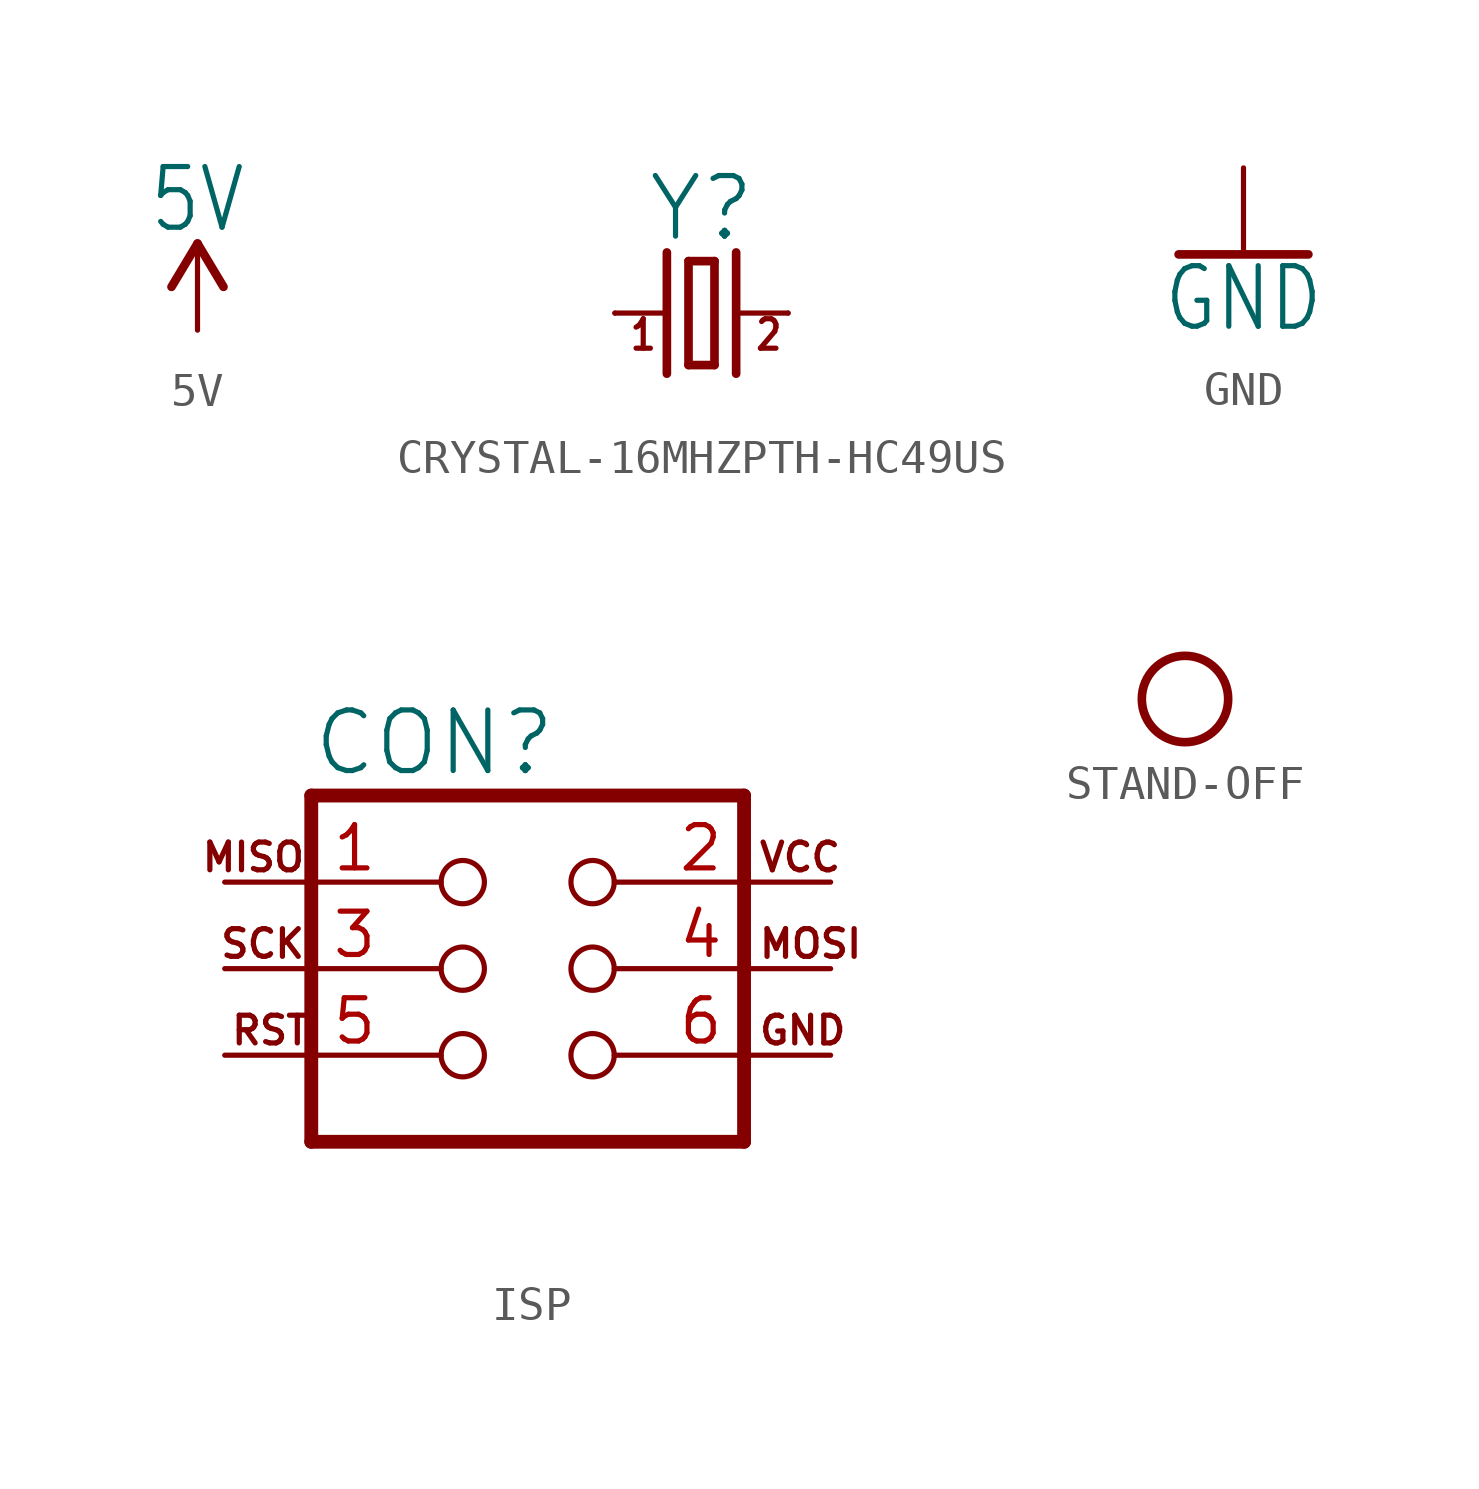
<source format=kicad_sym>
(kicad_symbol_lib
  (version 20220914)
  (generator kicad_symbol_editor)
  (symbol "5V"
    (power)
    (property "Reference" "#SUPPLY"
      (at 0 0 0)
      (effects (font (size 1.27 1.27)) hide))
    (property "Value" "5V"
      (at 0 2.794 0)
      (effects (font (size 1.778 1.511)) (justify bottom)))
    (property "ki_locked" ""
      (at 0 0 0)
      (effects (font (size 1.27 1.27))))
    (symbol "5V_1_0"
      (polyline (pts (xy 0 2.54) (xy -0.762 1.27)) (stroke (width 0.254) (type solid)) (fill (type none)))
      (polyline (pts (xy 0.762 1.27) (xy 0 2.54)) (stroke (width 0.254) (type solid)) (fill (type none)))
      (pin power_in line (at 0 0 90) (length 2.54) (name "5V" (effects (font (size 0 0)))) (number "1" (effects (font (size 0 0)))))))
  (symbol "CRYSTAL-16MHZPTH-HC49US"
    (property "Reference" "Y"
      (at 0 2.032 0)
      (effects (font (size 1.778 1.778)) (justify bottom)))
    (property "Value" ""
      (at 0 -2.032 0)
      (effects (font (size 1.778 1.778)) (justify top)))
    (property "ki_locked" ""
      (at 0 0 0)
      (effects (font (size 1.27 1.27))))
    (symbol "CRYSTAL-16MHZPTH-HC49US_1_0"
      (polyline (pts (xy -2.54 0) (xy -1.016 0)) (stroke (width 0.152) (type solid)) (fill (type none)))
      (polyline (pts (xy -1.016 1.778) (xy -1.016 -1.778)) (stroke (width 0.254) (type solid)) (fill (type none)))
      (polyline (pts (xy -0.381 -1.524) (xy 0.381 -1.524)) (stroke (width 0.254) (type solid)) (fill (type none)))
      (polyline (pts (xy -0.381 1.524) (xy -0.381 -1.524)) (stroke (width 0.254) (type solid)) (fill (type none)))
      (polyline (pts (xy 0.381 -1.524) (xy 0.381 1.524)) (stroke (width 0.254) (type solid)) (fill (type none)))
      (polyline (pts (xy 0.381 1.524) (xy -0.381 1.524)) (stroke (width 0.254) (type solid)) (fill (type none)))
      (polyline (pts (xy 1.016 0) (xy 2.54 0)) (stroke (width 0.152) (type solid)) (fill (type none)))
      (polyline (pts (xy 1.016 1.778) (xy 1.016 -1.778)) (stroke (width 0.254) (type solid)) (fill (type none)))
      (text "1" (at -2.159 -1.143 0) (effects (font (size 0.864 0.734)) (justify left bottom)))
      (text "2" (at 1.524 -1.143 0) (effects (font (size 0.864 0.734)) (justify left bottom)))
      (pin passive line (at -2.54 0 0) (length 0) (name "1" (effects (font (size 0 0)))) (number "1" (effects (font (size 0 0)))))
      (pin passive line (at 2.54 0 180) (length 0) (name "2" (effects (font (size 0 0)))) (number "2" (effects (font (size 0 0)))))))
  (symbol "GND"
    (power)
    (property "Reference" "#GND"
      (at 0 0 0)
      (effects (font (size 1.27 1.27)) hide))
    (property "Value" "GND"
      (at 0 -0.254 0)
      (effects (font (size 1.778 1.511)) (justify top)))
    (property "ki_locked" ""
      (at 0 0 0)
      (effects (font (size 1.27 1.27))))
    (symbol "GND_1_0"
      (polyline (pts (xy -1.905 0) (xy 1.905 0)) (stroke (width 0.254) (type solid)) (fill (type none)))
      (pin power_in line (at 0 2.54 270) (length 2.54) (name "GND" (effects (font (size 0 0)))) (number "1" (effects (font (size 0 0)))))))
  (symbol "ISP"
    (property "Reference" "CON"
      (at -5.08 5.588 0)
      (effects (font (size 1.778 1.778)) (justify left bottom)))
    (property "Value" ""
      (at -5.08 -7.366 0)
      (effects (font (size 1.778 1.778)) (justify left bottom)))
    (property "ki_locked" ""
      (at 0 0 0)
      (effects (font (size 1.27 1.27))))
    (symbol "ISP_1_0"
      (polyline (pts (xy -5.08 -5.08) (xy 7.62 -5.08)) (stroke (width 0.406) (type solid)) (fill (type none)))
      (polyline (pts (xy -5.08 5.08) (xy -5.08 -5.08)) (stroke (width 0.406) (type solid)) (fill (type none)))
      (polyline (pts (xy 7.62 -5.08) (xy 7.62 5.08)) (stroke (width 0.406) (type solid)) (fill (type none)))
      (polyline (pts (xy 7.62 5.08) (xy -5.08 5.08)) (stroke (width 0.406) (type solid)) (fill (type none)))
      (text "GND" (at 8.001 -2.286 0) (effects (font (size 0.813 0.813)) (justify left bottom)))
      (text "MISO" (at -5.207 2.794 0) (effects (font (size 0.813 0.813)) (justify right bottom)))
      (text "MOSI" (at 8.001 0.254 0) (effects (font (size 0.813 0.813)) (justify left bottom)))
      (text "RST" (at -5.08 -2.286 0) (effects (font (size 0.813 0.813)) (justify right bottom)))
      (text "SCK" (at -5.207 0.254 0) (effects (font (size 0.813 0.813)) (justify right bottom)))
      (text "VCC" (at 8.001 2.794 0) (effects (font (size 0.813 0.813)) (justify left bottom)))
      (pin passive inverted (at -7.62 2.54 0) (length 7.62) (name "1" (effects (font (size 0 0)))) (number "1" (effects (font (size 1.27 1.27)))))
      (pin passive inverted (at 10.16 2.54 180) (length 7.62) (name "2" (effects (font (size 0 0)))) (number "2" (effects (font (size 1.27 1.27)))))
      (pin passive inverted (at -7.62 0 0) (length 7.62) (name "3" (effects (font (size 0 0)))) (number "3" (effects (font (size 1.27 1.27)))))
      (pin passive inverted (at 10.16 0 180) (length 7.62) (name "4" (effects (font (size 0 0)))) (number "4" (effects (font (size 1.27 1.27)))))
      (pin passive inverted (at -7.62 -2.54 0) (length 7.62) (name "5" (effects (font (size 0 0)))) (number "5" (effects (font (size 1.27 1.27)))))
      (pin passive inverted (at 10.16 -2.54 180) (length 7.62) (name "6" (effects (font (size 0 0)))) (number "6" (effects (font (size 1.27 1.27)))))))
  (symbol "STAND-OFF"
    (property "Reference" "H"
      (at 0 0 0)
      (effects (font (size 1.27 1.27)) hide))
    (property "ki_locked" ""
      (at 0 0 0)
      (effects (font (size 1.27 1.27))))
    (symbol "STAND-OFF_1_0"
      (circle (center 0 0) (radius 1.27) (stroke (width 0.254) (type solid)) (fill (type none))))))
</source>
